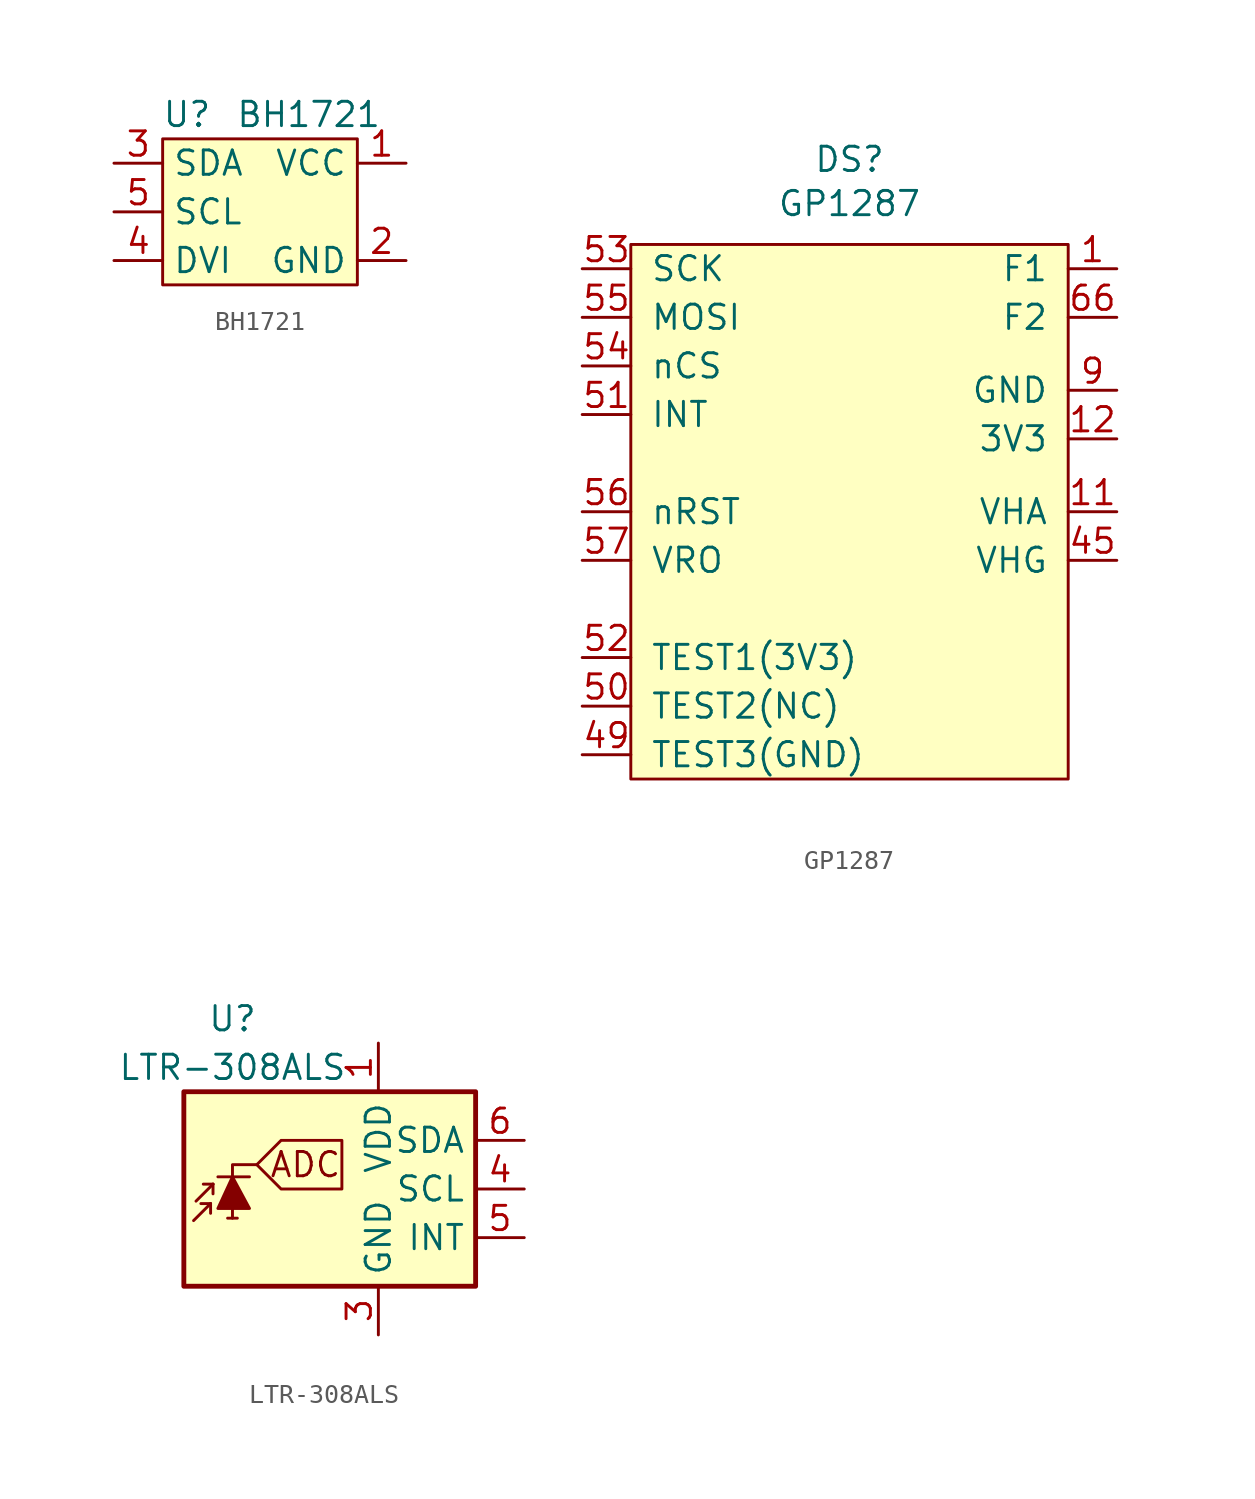
<source format=kicad_sym>
(kicad_symbol_lib
  (version 20211014)
  (generator kicad_symbol_editor)
  (symbol "BH1721"
    (property "Reference" "U"
      (at -3.81 5.08 0)
      (effects (font (size 1.27 1.27))))
    (property "Value" "BH1721"
      (at 2.54 5.08 0)
      (effects (font (size 1.27 1.27))))
    (symbol "BH1721_0_1"
      (rectangle (start -5.08 3.81) (end 5.08 -3.81) (stroke (width 0) (type default) (color 0 0 0 0)) (fill (type background))))
    (symbol "BH1721_1_1"
      (pin power_in line (at 7.62 2.54 180) (length 2.54) (name "VCC" (effects (font (size 1.27 1.27)))) (number "1" (effects (font (size 1.27 1.27)))))
      (pin power_in line (at 7.62 -2.54 180) (length 2.54) (name "GND" (effects (font (size 1.27 1.27)))) (number "2" (effects (font (size 1.27 1.27)))))
      (pin bidirectional line (at -7.62 2.54 0) (length 2.54) (name "SDA" (effects (font (size 1.27 1.27)))) (number "3" (effects (font (size 1.27 1.27)))))
      (pin input line (at -7.62 -2.54 0) (length 2.54) (name "DVI" (effects (font (size 1.27 1.27)))) (number "4" (effects (font (size 1.27 1.27)))))
      (pin input line (at -7.62 0 0) (length 2.54) (name "SCL" (effects (font (size 1.27 1.27)))) (number "5" (effects (font (size 1.27 1.27)))))))
  (symbol "GP1287"
    (pin_names
      (offset 1.016))
    (property "Reference" "DS"
      (at 0 18.415 0)
      (effects (font (size 1.27 1.27))))
    (property "Value" "GP1287"
      (at 0 16.104 0)
      (effects (font (size 1.27 1.27))))
    (symbol "GP1287_0_1"
      (rectangle (start -11.43 13.97) (end 11.43 -13.97) (stroke (width 0) (type default) (color 0 0 0 0)) (fill (type background))))
    (symbol "GP1287_1_1"
      (pin power_in line (at 13.97 12.7 180) (length 2.54) (name "F1" (effects (font (size 1.27 1.27)))) (number "1" (effects (font (size 1.27 1.27)))))
      (pin power_in line (at 13.97 6.35 180) (length 2.54) hide (name "GND" (effects (font (size 1.27 1.27)))) (number "10" (effects (font (size 1.27 1.27)))))
      (pin power_in line (at 13.97 0 180) (length 2.54) (name "VHA" (effects (font (size 1.27 1.27)))) (number "11" (effects (font (size 1.27 1.27)))))
      (pin power_in line (at 13.97 3.81 180) (length 2.54) (name "3V3" (effects (font (size 1.27 1.27)))) (number "12" (effects (font (size 1.27 1.27)))))
      (pin no_connect line (at 11.43 -5.08 180) (length 2.54) hide (name "NC" (effects (font (size 1.27 1.27)))) (number "13" (effects (font (size 1.27 1.27)))))
      (pin power_in line (at 13.97 12.7 180) (length 2.54) hide (name "F1" (effects (font (size 1.27 1.27)))) (number "2" (effects (font (size 1.27 1.27)))))
      (pin power_in line (at 13.97 12.7 180) (length 2.54) hide (name "F1" (effects (font (size 1.27 1.27)))) (number "3" (effects (font (size 1.27 1.27)))))
      (pin power_in line (at 13.97 12.7 180) (length 2.54) hide (name "F1" (effects (font (size 1.27 1.27)))) (number "4" (effects (font (size 1.27 1.27)))))
      (pin no_connect line (at 11.43 -6.35 180) (length 2.54) hide (name "NC" (effects (font (size 1.27 1.27)))) (number "44" (effects (font (size 1.27 1.27)))))
      (pin power_in line (at 13.97 -2.54 180) (length 2.54) (name "VHG" (effects (font (size 1.27 1.27)))) (number "45" (effects (font (size 1.27 1.27)))))
      (pin no_connect line (at 11.43 -7.62 180) (length 2.54) hide (name "NC" (effects (font (size 1.27 1.27)))) (number "46" (effects (font (size 1.27 1.27)))))
      (pin power_in line (at 13.97 6.35 180) (length 2.54) hide (name "GND" (effects (font (size 1.27 1.27)))) (number "47" (effects (font (size 1.27 1.27)))))
      (pin no_connect line (at 11.43 -8.89 180) (length 2.54) hide (name "NC" (effects (font (size 1.27 1.27)))) (number "48" (effects (font (size 1.27 1.27)))))
      (pin input line (at -13.97 -12.7 0) (length 2.54) (name "TEST3(GND)" (effects (font (size 1.27 1.27)))) (number "49" (effects (font (size 1.27 1.27)))))
      (pin input line (at -13.97 -10.16 0) (length 2.54) (name "TEST2(NC)" (effects (font (size 1.27 1.27)))) (number "50" (effects (font (size 1.27 1.27)))))
      (pin output line (at -13.97 5.08 0) (length 2.54) (name "INT" (effects (font (size 1.27 1.27)))) (number "51" (effects (font (size 1.27 1.27)))))
      (pin input line (at -13.97 -7.62 0) (length 2.54) (name "TEST1(3V3)" (effects (font (size 1.27 1.27)))) (number "52" (effects (font (size 1.27 1.27)))))
      (pin input line (at -13.97 12.7 0) (length 2.54) (name "SCK" (effects (font (size 1.27 1.27)))) (number "53" (effects (font (size 1.27 1.27)))))
      (pin input line (at -13.97 7.62 0) (length 2.54) (name "nCS" (effects (font (size 1.27 1.27)))) (number "54" (effects (font (size 1.27 1.27)))))
      (pin input line (at -13.97 10.16 0) (length 2.54) (name "MOSI" (effects (font (size 1.27 1.27)))) (number "55" (effects (font (size 1.27 1.27)))))
      (pin input line (at -13.97 0 0) (length 2.54) (name "nRST" (effects (font (size 1.27 1.27)))) (number "56" (effects (font (size 1.27 1.27)))))
      (pin input line (at -13.97 -2.54 0) (length 2.54) (name "VRO" (effects (font (size 1.27 1.27)))) (number "57" (effects (font (size 1.27 1.27)))))
      (pin no_connect line (at 11.43 -10.16 180) (length 2.54) hide (name "NC" (effects (font (size 1.27 1.27)))) (number "58" (effects (font (size 1.27 1.27)))))
      (pin no_connect line (at 11.43 -11.43 180) (length 2.54) hide (name "NC" (effects (font (size 1.27 1.27)))) (number "59" (effects (font (size 1.27 1.27)))))
      (pin power_in line (at 13.97 3.81 180) (length 2.54) hide (name "3V3" (effects (font (size 1.27 1.27)))) (number "60" (effects (font (size 1.27 1.27)))))
      (pin power_in line (at 13.97 6.35 180) (length 2.54) hide (name "GND" (effects (font (size 1.27 1.27)))) (number "61" (effects (font (size 1.27 1.27)))))
      (pin power_in line (at 13.97 10.16 180) (length 2.54) (name "F2" (effects (font (size 1.27 1.27)))) (number "66" (effects (font (size 1.27 1.27)))))
      (pin power_in line (at 13.97 10.16 180) (length 2.54) hide (name "F2" (effects (font (size 1.27 1.27)))) (number "67" (effects (font (size 1.27 1.27)))))
      (pin power_in line (at 13.97 10.16 180) (length 2.54) hide (name "F2" (effects (font (size 1.27 1.27)))) (number "68" (effects (font (size 1.27 1.27)))))
      (pin power_in line (at 13.97 10.16 180) (length 2.54) hide (name "F2" (effects (font (size 1.27 1.27)))) (number "69" (effects (font (size 1.27 1.27)))))
      (pin power_in line (at 13.97 6.35 180) (length 2.54) (name "GND" (effects (font (size 1.27 1.27)))) (number "9" (effects (font (size 1.27 1.27)))))))
  (symbol "LTR-308ALS"
    (property "Reference" "U"
      (at -5.08 8.89 0)
      (effects (font (size 1.27 1.27))))
    (property "Value" "LTR-308ALS"
      (at -5.08 6.35 0)
      (effects (font (size 1.27 1.27))))
    (symbol "LTR-308ALS_0_0"
      (polyline (pts (xy -3.81 1.27) (xy -2.54 2.54) (xy 0.635 2.54) (xy 0.635 0) (xy -2.54 0) (xy -3.81 1.27)) (stroke (width 0) (type default) (color 0 0 0 0)) (fill (type none)))
      (text "ADC" (at -1.27 1.27 0) (effects (font (size 1.27 1.27)))))
    (symbol "LTR-308ALS_0_1"
      (rectangle (start -7.62 5.08) (end 7.62 -5.08) (stroke (width 0.254) (type default) (color 0 0 0 0)) (fill (type background))))
    (symbol "LTR-308ALS_1_0"
      (polyline (pts (xy -5.08 -1.524) (xy -5.08 1.27) (xy -3.81 1.27)) (stroke (width 0) (type default) (color 0 0 0 0)) (fill (type none))))
    (symbol "LTR-308ALS_1_1"
      (polyline (pts (xy -6.223 -0.762) (xy -7.112 -1.651)) (stroke (width 0) (type default) (color 0 0 0 0)) (fill (type none)))
      (polyline (pts (xy -6.223 -0.762) (xy -6.731 -0.762)) (stroke (width 0) (type default) (color 0 0 0 0)) (fill (type none)))
      (polyline (pts (xy -6.223 -0.762) (xy -6.223 -1.27)) (stroke (width 0) (type default) (color 0 0 0 0)) (fill (type none)))
      (polyline (pts (xy -6.096 0.254) (xy -6.985 -0.635)) (stroke (width 0) (type default) (color 0 0 0 0)) (fill (type none)))
      (polyline (pts (xy -6.096 0.254) (xy -6.604 0.254)) (stroke (width 0) (type default) (color 0 0 0 0)) (fill (type none)))
      (polyline (pts (xy -6.096 0.254) (xy -6.096 -0.254)) (stroke (width 0) (type default) (color 0 0 0 0)) (fill (type none)))
      (polyline (pts (xy -5.842 0.635) (xy -4.191 0.635)) (stroke (width 0) (type default) (color 0 0 0 0)) (fill (type none)))
      (polyline (pts (xy -4.826 -1.524) (xy -5.334 -1.524)) (stroke (width 0) (type default) (color 0 0 0 0)) (fill (type none)))
      (polyline (pts (xy -5.842 -1.016) (xy -4.191 -1.016) (xy -5.08 0.635) (xy -5.842 -1.016)) (stroke (width 0) (type default) (color 0 0 0 0)) (fill (type outline)))
      (pin power_in line (at 2.54 7.62 270) (length 2.54) (name "VDD" (effects (font (size 1.27 1.27)))) (number "1" (effects (font (size 1.27 1.27)))))
      (pin no_connect line (at -6.35 2.54 0) (length 2.54) hide (name "NC" (effects (font (size 1.27 1.27)))) (number "2" (effects (font (size 1.27 1.27)))))
      (pin power_in line (at 2.54 -7.62 90) (length 2.54) (name "GND" (effects (font (size 1.27 1.27)))) (number "3" (effects (font (size 1.27 1.27)))))
      (pin input line (at 10.16 0 180) (length 2.54) (name "SCL" (effects (font (size 1.27 1.27)))) (number "4" (effects (font (size 1.27 1.27)))))
      (pin open_collector line (at 10.16 -2.54 180) (length 2.54) (name "INT" (effects (font (size 1.27 1.27)))) (number "5" (effects (font (size 1.27 1.27)))))
      (pin bidirectional line (at 10.16 2.54 180) (length 2.54) (name "SDA" (effects (font (size 1.27 1.27)))) (number "6" (effects (font (size 1.27 1.27))))))))
</source>
